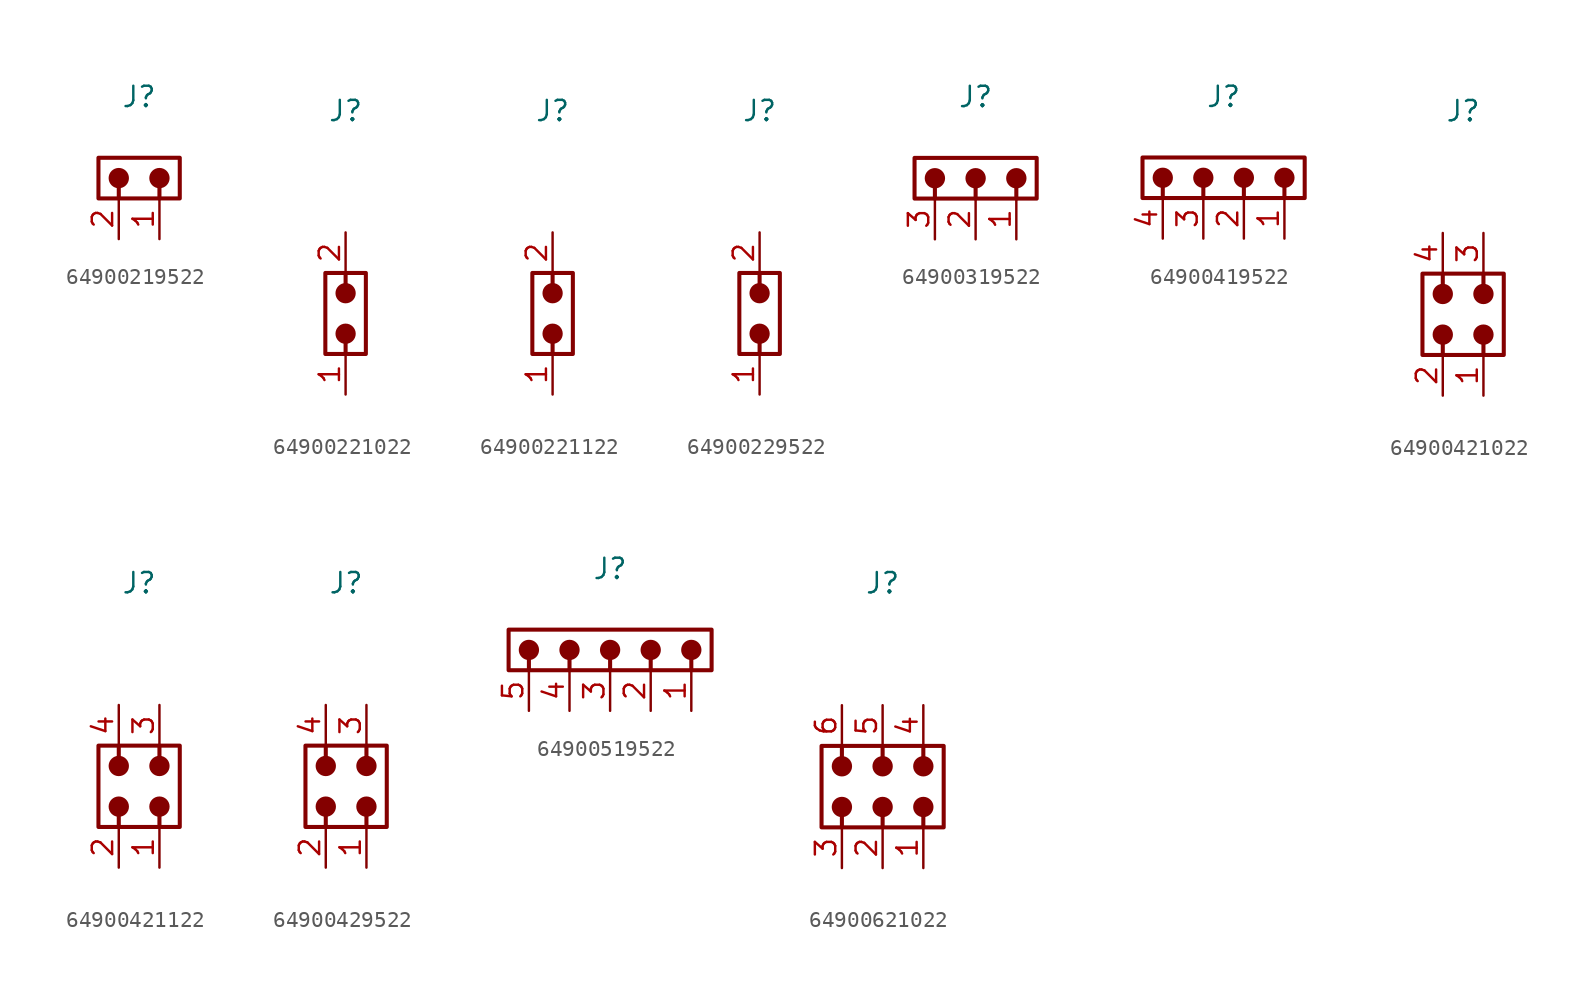
<source format=kicad_sym>
(kicad_symbol_lib
  (version 20241209)
  (generator "kicad_symbol_editor")
  (generator_version "9.0")
  (symbol "64900219522"
    (pin_names
      (hide yes))
    (property "Reference" "J"
      (at 0 5.08 0)
      (effects (font (size 1.27 1.27))))
    (symbol "64900219522_1_1"
      (rectangle (start -2.54 1.27) (end 2.54 -1.27) (stroke (width 0.254) (type solid)) (fill (type none)))
      (circle (center -1.27 0) (radius 0.508) (stroke (width 0.254) (type solid)) (fill (type outline)))
      (polyline (pts (xy -1.27 -0.508) (xy -1.27 -1.27)) (stroke (width 0.254) (type solid)) (fill (type none)))
      (circle (center 1.27 0) (radius 0.508) (stroke (width 0.254) (type solid)) (fill (type outline)))
      (polyline (pts (xy 1.27 -0.508) (xy 1.27 -1.27)) (stroke (width 0.254) (type solid)) (fill (type none)))
      (pin passive line (at -1.27 -3.81 90) (length 2.54) (name "2" (effects (font (size 1.27 1.27)))) (number "2" (effects (font (size 1.27 1.27)))))
      (pin passive line (at 1.27 -3.81 90) (length 2.54) (name "1" (effects (font (size 1.27 1.27)))) (number "1" (effects (font (size 1.27 1.27)))))))
  (symbol "64900221022"
    (pin_names
      (hide yes))
    (property "Reference" "J"
      (at 0 12.7 0)
      (effects (font (size 1.27 1.27))))
    (symbol "64900221022_1_1"
      (polyline (pts (xy 0 1.778) (xy 0 2.54)) (stroke (width 0.254) (type solid)) (fill (type none)))
      (circle (center 0 1.27) (radius 0.508) (stroke (width 0.254) (type solid)) (fill (type outline)))
      (circle (center 0 -1.27) (radius 0.508) (stroke (width 0.254) (type solid)) (fill (type outline)))
      (polyline (pts (xy 0 -1.778) (xy 0 -2.54)) (stroke (width 0.254) (type solid)) (fill (type none)))
      (rectangle (start 1.27 -2.54) (end -1.27 2.54) (stroke (width 0.254) (type solid)) (fill (type none)))
      (pin passive line (at 0 5.08 270) (length 2.54) (name "2" (effects (font (size 1.27 1.27)))) (number "2" (effects (font (size 1.27 1.27)))))
      (pin passive line (at 0 -5.08 90) (length 2.54) (name "1" (effects (font (size 1.27 1.27)))) (number "1" (effects (font (size 1.27 1.27)))))))
  (symbol "64900221122"
    (pin_names
      (hide yes))
    (property "Reference" "J"
      (at 0 12.7 0)
      (effects (font (size 1.27 1.27))))
    (symbol "64900221122_1_1"
      (polyline (pts (xy 0 1.778) (xy 0 2.54)) (stroke (width 0.254) (type solid)) (fill (type none)))
      (circle (center 0 1.27) (radius 0.508) (stroke (width 0.254) (type solid)) (fill (type outline)))
      (circle (center 0 -1.27) (radius 0.508) (stroke (width 0.254) (type solid)) (fill (type outline)))
      (polyline (pts (xy 0 -1.778) (xy 0 -2.54)) (stroke (width 0.254) (type solid)) (fill (type none)))
      (rectangle (start 1.27 -2.54) (end -1.27 2.54) (stroke (width 0.254) (type solid)) (fill (type none)))
      (pin passive line (at 0 5.08 270) (length 2.54) (name "2" (effects (font (size 1.27 1.27)))) (number "2" (effects (font (size 1.27 1.27)))))
      (pin passive line (at 0 -5.08 90) (length 2.54) (name "1" (effects (font (size 1.27 1.27)))) (number "1" (effects (font (size 1.27 1.27)))))))
  (symbol "64900229522"
    (pin_names
      (hide yes))
    (property "Reference" "J"
      (at 0 12.7 0)
      (effects (font (size 1.27 1.27))))
    (symbol "64900229522_1_1"
      (polyline (pts (xy 0 1.778) (xy 0 2.54)) (stroke (width 0.254) (type solid)) (fill (type none)))
      (circle (center 0 1.27) (radius 0.508) (stroke (width 0.254) (type solid)) (fill (type outline)))
      (circle (center 0 -1.27) (radius 0.508) (stroke (width 0.254) (type solid)) (fill (type outline)))
      (polyline (pts (xy 0 -1.778) (xy 0 -2.54)) (stroke (width 0.254) (type solid)) (fill (type none)))
      (rectangle (start 1.27 -2.54) (end -1.27 2.54) (stroke (width 0.254) (type solid)) (fill (type none)))
      (pin passive line (at 0 5.08 270) (length 2.54) (name "2" (effects (font (size 1.27 1.27)))) (number "2" (effects (font (size 1.27 1.27)))))
      (pin passive line (at 0 -5.08 90) (length 2.54) (name "1" (effects (font (size 1.27 1.27)))) (number "1" (effects (font (size 1.27 1.27)))))))
  (symbol "64900319522"
    (pin_names
      (hide yes))
    (property "Reference" "J"
      (at 0 5.08 0)
      (effects (font (size 1.27 1.27))))
    (symbol "64900319522_1_1"
      (rectangle (start -3.81 1.27) (end 3.81 -1.27) (stroke (width 0.254) (type solid)) (fill (type none)))
      (circle (center -2.54 0) (radius 0.508) (stroke (width 0.254) (type solid)) (fill (type outline)))
      (polyline (pts (xy -2.54 -0.508) (xy -2.54 -1.27)) (stroke (width 0.254) (type solid)) (fill (type none)))
      (circle (center 0 0) (radius 0.508) (stroke (width 0.254) (type solid)) (fill (type outline)))
      (polyline (pts (xy 0 -0.508) (xy 0 -1.27)) (stroke (width 0.254) (type solid)) (fill (type none)))
      (circle (center 2.54 0) (radius 0.508) (stroke (width 0.254) (type solid)) (fill (type outline)))
      (polyline (pts (xy 2.54 -0.508) (xy 2.54 -1.27)) (stroke (width 0.254) (type solid)) (fill (type none)))
      (pin passive line (at -2.54 -3.81 90) (length 2.54) (name "3" (effects (font (size 1.27 1.27)))) (number "3" (effects (font (size 1.27 1.27)))))
      (pin passive line (at 0 -3.81 90) (length 2.54) (name "2" (effects (font (size 1.27 1.27)))) (number "2" (effects (font (size 1.27 1.27)))))
      (pin passive line (at 2.54 -3.81 90) (length 2.54) (name "1" (effects (font (size 1.27 1.27)))) (number "1" (effects (font (size 1.27 1.27)))))))
  (symbol "64900419522"
    (pin_names
      (hide yes))
    (property "Reference" "J"
      (at 0 5.08 0)
      (effects (font (size 1.27 1.27))))
    (symbol "64900419522_1_1"
      (rectangle (start -5.08 1.27) (end 5.08 -1.27) (stroke (width 0.254) (type solid)) (fill (type none)))
      (circle (center -3.81 0) (radius 0.508) (stroke (width 0.254) (type solid)) (fill (type outline)))
      (polyline (pts (xy -3.81 -0.508) (xy -3.81 -1.27)) (stroke (width 0.254) (type solid)) (fill (type none)))
      (circle (center -1.27 0) (radius 0.508) (stroke (width 0.254) (type solid)) (fill (type outline)))
      (polyline (pts (xy -1.27 -0.508) (xy -1.27 -1.27)) (stroke (width 0.254) (type solid)) (fill (type none)))
      (circle (center 1.27 0) (radius 0.508) (stroke (width 0.254) (type solid)) (fill (type outline)))
      (polyline (pts (xy 1.27 -0.508) (xy 1.27 -1.27)) (stroke (width 0.254) (type solid)) (fill (type none)))
      (circle (center 3.81 0) (radius 0.508) (stroke (width 0.254) (type solid)) (fill (type outline)))
      (polyline (pts (xy 3.81 -0.508) (xy 3.81 -1.27)) (stroke (width 0.254) (type solid)) (fill (type none)))
      (pin passive line (at -3.81 -3.81 90) (length 2.54) (name "4" (effects (font (size 1.27 1.27)))) (number "4" (effects (font (size 1.27 1.27)))))
      (pin passive line (at -1.27 -3.81 90) (length 2.54) (name "3" (effects (font (size 1.27 1.27)))) (number "3" (effects (font (size 1.27 1.27)))))
      (pin passive line (at 1.27 -3.81 90) (length 2.54) (name "2" (effects (font (size 1.27 1.27)))) (number "2" (effects (font (size 1.27 1.27)))))
      (pin passive line (at 3.81 -3.81 90) (length 2.54) (name "1" (effects (font (size 1.27 1.27)))) (number "1" (effects (font (size 1.27 1.27)))))))
  (symbol "64900421022"
    (pin_names
      (hide yes))
    (property "Reference" "J"
      (at 0 12.7 0)
      (effects (font (size 1.27 1.27))))
    (symbol "64900421022_1_1"
      (rectangle (start -2.54 2.54) (end 2.54 -2.54) (stroke (width 0.254) (type solid)) (fill (type none)))
      (polyline (pts (xy -1.27 1.778) (xy -1.27 2.54)) (stroke (width 0.254) (type solid)) (fill (type none)))
      (circle (center -1.27 1.27) (radius 0.508) (stroke (width 0.254) (type solid)) (fill (type outline)))
      (circle (center -1.27 -1.27) (radius 0.508) (stroke (width 0.254) (type solid)) (fill (type outline)))
      (polyline (pts (xy -1.27 -1.778) (xy -1.27 -2.54)) (stroke (width 0.254) (type solid)) (fill (type none)))
      (polyline (pts (xy 1.27 1.778) (xy 1.27 2.54)) (stroke (width 0.254) (type solid)) (fill (type none)))
      (circle (center 1.27 1.27) (radius 0.508) (stroke (width 0.254) (type solid)) (fill (type outline)))
      (circle (center 1.27 -1.27) (radius 0.508) (stroke (width 0.254) (type solid)) (fill (type outline)))
      (polyline (pts (xy 1.27 -1.778) (xy 1.27 -2.54)) (stroke (width 0.254) (type solid)) (fill (type none)))
      (pin passive line (at -1.27 5.08 270) (length 2.54) (name "4" (effects (font (size 1.27 1.27)))) (number "4" (effects (font (size 1.27 1.27)))))
      (pin passive line (at -1.27 -5.08 90) (length 2.54) (name "2" (effects (font (size 1.27 1.27)))) (number "2" (effects (font (size 1.27 1.27)))))
      (pin passive line (at 1.27 5.08 270) (length 2.54) (name "3" (effects (font (size 1.27 1.27)))) (number "3" (effects (font (size 1.27 1.27)))))
      (pin passive line (at 1.27 -5.08 90) (length 2.54) (name "1" (effects (font (size 1.27 1.27)))) (number "1" (effects (font (size 1.27 1.27)))))))
  (symbol "64900421122"
    (pin_names
      (hide yes))
    (property "Reference" "J"
      (at 0 12.7 0)
      (effects (font (size 1.27 1.27))))
    (symbol "64900421122_1_1"
      (rectangle (start -2.54 2.54) (end 2.54 -2.54) (stroke (width 0.254) (type solid)) (fill (type none)))
      (polyline (pts (xy -1.27 1.778) (xy -1.27 2.54)) (stroke (width 0.254) (type solid)) (fill (type none)))
      (circle (center -1.27 1.27) (radius 0.508) (stroke (width 0.254) (type solid)) (fill (type outline)))
      (circle (center -1.27 -1.27) (radius 0.508) (stroke (width 0.254) (type solid)) (fill (type outline)))
      (polyline (pts (xy -1.27 -1.778) (xy -1.27 -2.54)) (stroke (width 0.254) (type solid)) (fill (type none)))
      (polyline (pts (xy 1.27 1.778) (xy 1.27 2.54)) (stroke (width 0.254) (type solid)) (fill (type none)))
      (circle (center 1.27 1.27) (radius 0.508) (stroke (width 0.254) (type solid)) (fill (type outline)))
      (circle (center 1.27 -1.27) (radius 0.508) (stroke (width 0.254) (type solid)) (fill (type outline)))
      (polyline (pts (xy 1.27 -1.778) (xy 1.27 -2.54)) (stroke (width 0.254) (type solid)) (fill (type none)))
      (pin passive line (at -1.27 5.08 270) (length 2.54) (name "4" (effects (font (size 1.27 1.27)))) (number "4" (effects (font (size 1.27 1.27)))))
      (pin passive line (at -1.27 -5.08 90) (length 2.54) (name "2" (effects (font (size 1.27 1.27)))) (number "2" (effects (font (size 1.27 1.27)))))
      (pin passive line (at 1.27 5.08 270) (length 2.54) (name "3" (effects (font (size 1.27 1.27)))) (number "3" (effects (font (size 1.27 1.27)))))
      (pin passive line (at 1.27 -5.08 90) (length 2.54) (name "1" (effects (font (size 1.27 1.27)))) (number "1" (effects (font (size 1.27 1.27)))))))
  (symbol "64900429522"
    (pin_names
      (hide yes))
    (property "Reference" "J"
      (at 0 12.7 0)
      (effects (font (size 1.27 1.27))))
    (symbol "64900429522_1_1"
      (rectangle (start -2.54 2.54) (end 2.54 -2.54) (stroke (width 0.254) (type solid)) (fill (type none)))
      (polyline (pts (xy -1.27 1.778) (xy -1.27 2.54)) (stroke (width 0.254) (type solid)) (fill (type none)))
      (circle (center -1.27 1.27) (radius 0.508) (stroke (width 0.254) (type solid)) (fill (type outline)))
      (circle (center -1.27 -1.27) (radius 0.508) (stroke (width 0.254) (type solid)) (fill (type outline)))
      (polyline (pts (xy -1.27 -1.778) (xy -1.27 -2.54)) (stroke (width 0.254) (type solid)) (fill (type none)))
      (polyline (pts (xy 1.27 1.778) (xy 1.27 2.54)) (stroke (width 0.254) (type solid)) (fill (type none)))
      (circle (center 1.27 1.27) (radius 0.508) (stroke (width 0.254) (type solid)) (fill (type outline)))
      (circle (center 1.27 -1.27) (radius 0.508) (stroke (width 0.254) (type solid)) (fill (type outline)))
      (polyline (pts (xy 1.27 -1.778) (xy 1.27 -2.54)) (stroke (width 0.254) (type solid)) (fill (type none)))
      (pin passive line (at -1.27 5.08 270) (length 2.54) (name "4" (effects (font (size 1.27 1.27)))) (number "4" (effects (font (size 1.27 1.27)))))
      (pin passive line (at -1.27 -5.08 90) (length 2.54) (name "2" (effects (font (size 1.27 1.27)))) (number "2" (effects (font (size 1.27 1.27)))))
      (pin passive line (at 1.27 5.08 270) (length 2.54) (name "3" (effects (font (size 1.27 1.27)))) (number "3" (effects (font (size 1.27 1.27)))))
      (pin passive line (at 1.27 -5.08 90) (length 2.54) (name "1" (effects (font (size 1.27 1.27)))) (number "1" (effects (font (size 1.27 1.27)))))))
  (symbol "64900519522"
    (pin_names
      (hide yes))
    (property "Reference" "J"
      (at 0 5.08 0)
      (effects (font (size 1.27 1.27))))
    (symbol "64900519522_1_1"
      (rectangle (start -6.35 1.27) (end 6.35 -1.27) (stroke (width 0.254) (type solid)) (fill (type none)))
      (circle (center -5.08 0) (radius 0.508) (stroke (width 0.254) (type solid)) (fill (type outline)))
      (polyline (pts (xy -5.08 -0.508) (xy -5.08 -1.27)) (stroke (width 0.254) (type solid)) (fill (type none)))
      (circle (center -2.54 0) (radius 0.508) (stroke (width 0.254) (type solid)) (fill (type outline)))
      (polyline (pts (xy -2.54 -0.508) (xy -2.54 -1.27)) (stroke (width 0.254) (type solid)) (fill (type none)))
      (circle (center 0 0) (radius 0.508) (stroke (width 0.254) (type solid)) (fill (type outline)))
      (polyline (pts (xy 0 -0.508) (xy 0 -1.27)) (stroke (width 0.254) (type solid)) (fill (type none)))
      (circle (center 2.54 0) (radius 0.508) (stroke (width 0.254) (type solid)) (fill (type outline)))
      (polyline (pts (xy 2.54 -0.508) (xy 2.54 -1.27)) (stroke (width 0.254) (type solid)) (fill (type none)))
      (circle (center 5.08 0) (radius 0.508) (stroke (width 0.254) (type solid)) (fill (type outline)))
      (polyline (pts (xy 5.08 -0.508) (xy 5.08 -1.27)) (stroke (width 0.254) (type solid)) (fill (type none)))
      (pin passive line (at -5.08 -3.81 90) (length 2.54) (name "5" (effects (font (size 1.27 1.27)))) (number "5" (effects (font (size 1.27 1.27)))))
      (pin passive line (at -2.54 -3.81 90) (length 2.54) (name "4" (effects (font (size 1.27 1.27)))) (number "4" (effects (font (size 1.27 1.27)))))
      (pin passive line (at 0 -3.81 90) (length 2.54) (name "3" (effects (font (size 1.27 1.27)))) (number "3" (effects (font (size 1.27 1.27)))))
      (pin passive line (at 2.54 -3.81 90) (length 2.54) (name "2" (effects (font (size 1.27 1.27)))) (number "2" (effects (font (size 1.27 1.27)))))
      (pin passive line (at 5.08 -3.81 90) (length 2.54) (name "1" (effects (font (size 1.27 1.27)))) (number "1" (effects (font (size 1.27 1.27)))))))
  (symbol "64900621022"
    (pin_names
      (hide yes))
    (property "Reference" "J"
      (at 0 12.7 0)
      (effects (font (size 1.27 1.27))))
    (symbol "64900621022_1_1"
      (rectangle (start -3.81 2.54) (end 3.81 -2.54) (stroke (width 0.254) (type solid)) (fill (type none)))
      (polyline (pts (xy -2.54 1.778) (xy -2.54 2.54)) (stroke (width 0.254) (type solid)) (fill (type none)))
      (circle (center -2.54 1.27) (radius 0.508) (stroke (width 0.254) (type solid)) (fill (type outline)))
      (circle (center -2.54 -1.27) (radius 0.508) (stroke (width 0.254) (type solid)) (fill (type outline)))
      (polyline (pts (xy -2.54 -1.778) (xy -2.54 -2.54)) (stroke (width 0.254) (type solid)) (fill (type none)))
      (polyline (pts (xy 0 1.778) (xy 0 2.54)) (stroke (width 0.254) (type solid)) (fill (type none)))
      (circle (center 0 1.27) (radius 0.508) (stroke (width 0.254) (type solid)) (fill (type outline)))
      (circle (center 0 -1.27) (radius 0.508) (stroke (width 0.254) (type solid)) (fill (type outline)))
      (polyline (pts (xy 0 -1.778) (xy 0 -2.54)) (stroke (width 0.254) (type solid)) (fill (type none)))
      (polyline (pts (xy 2.54 1.778) (xy 2.54 2.54)) (stroke (width 0.254) (type solid)) (fill (type none)))
      (circle (center 2.54 1.27) (radius 0.508) (stroke (width 0.254) (type solid)) (fill (type outline)))
      (circle (center 2.54 -1.27) (radius 0.508) (stroke (width 0.254) (type solid)) (fill (type outline)))
      (polyline (pts (xy 2.54 -1.778) (xy 2.54 -2.54)) (stroke (width 0.254) (type solid)) (fill (type none)))
      (pin passive line (at -2.54 5.08 270) (length 2.54) (name "6" (effects (font (size 1.27 1.27)))) (number "6" (effects (font (size 1.27 1.27)))))
      (pin passive line (at -2.54 -5.08 90) (length 2.54) (name "3" (effects (font (size 1.27 1.27)))) (number "3" (effects (font (size 1.27 1.27)))))
      (pin passive line (at 0 5.08 270) (length 2.54) (name "5" (effects (font (size 1.27 1.27)))) (number "5" (effects (font (size 1.27 1.27)))))
      (pin passive line (at 0 -5.08 90) (length 2.54) (name "2" (effects (font (size 1.27 1.27)))) (number "2" (effects (font (size 1.27 1.27)))))
      (pin passive line (at 2.54 5.08 270) (length 2.54) (name "4" (effects (font (size 1.27 1.27)))) (number "4" (effects (font (size 1.27 1.27)))))
      (pin passive line (at 2.54 -5.08 90) (length 2.54) (name "1" (effects (font (size 1.27 1.27)))) (number "1" (effects (font (size 1.27 1.27))))))))
</source>
